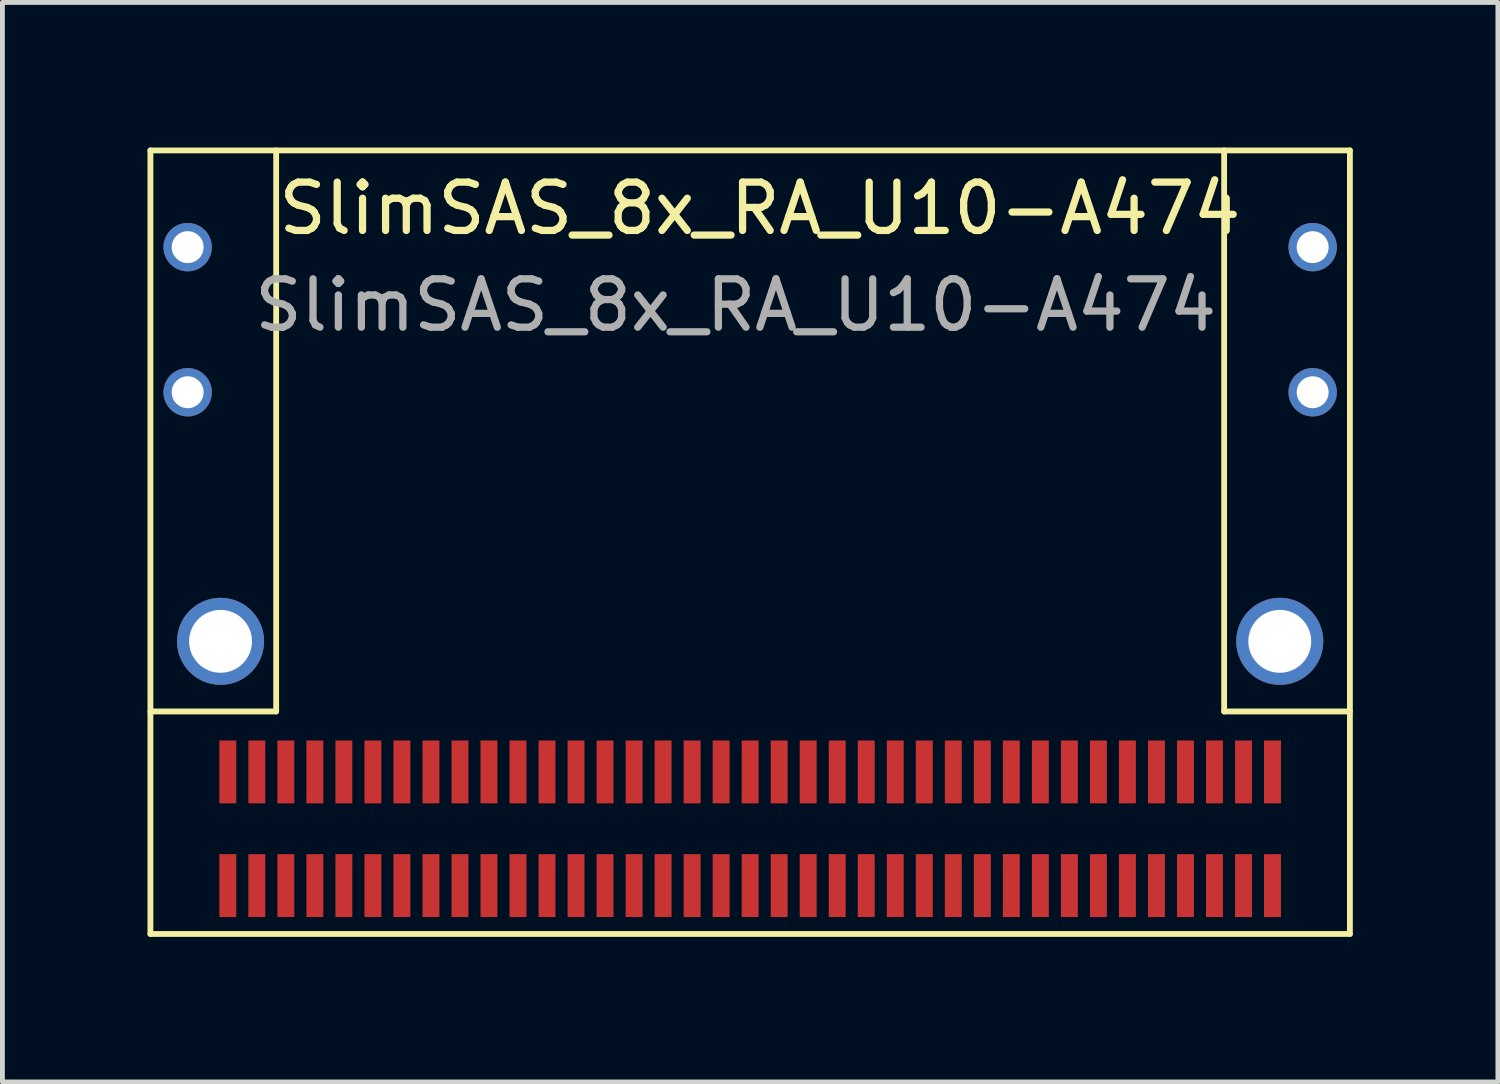
<source format=kicad_pcb>
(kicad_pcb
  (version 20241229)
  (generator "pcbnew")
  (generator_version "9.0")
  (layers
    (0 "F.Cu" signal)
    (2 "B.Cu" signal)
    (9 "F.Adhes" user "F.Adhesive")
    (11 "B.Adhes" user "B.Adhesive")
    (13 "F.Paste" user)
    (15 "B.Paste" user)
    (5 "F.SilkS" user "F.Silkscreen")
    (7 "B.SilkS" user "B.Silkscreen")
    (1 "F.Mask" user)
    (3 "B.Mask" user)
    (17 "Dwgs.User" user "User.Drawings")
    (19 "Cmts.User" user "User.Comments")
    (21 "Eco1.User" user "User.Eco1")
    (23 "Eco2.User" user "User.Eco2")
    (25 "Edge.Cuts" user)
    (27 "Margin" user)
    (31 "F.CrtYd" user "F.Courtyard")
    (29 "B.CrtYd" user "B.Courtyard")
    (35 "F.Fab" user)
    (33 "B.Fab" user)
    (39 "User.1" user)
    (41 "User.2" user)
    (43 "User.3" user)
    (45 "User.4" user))
  (footprint "SlimSAS_8x_RA_U10-A474"
    (layer "F.Cu")
    (at 1.66 15.26)
    (property "Reference" "SlimSAS_8x_RA_U10-A474" (at 11 -14 0) (unlocked yes) (layer "F.SilkS") (effects (font (size 1 1) (thickness 0.15))))
    (attr smd)
    (fp_line (start -1.6 -15.2) (end -1.6 1) (stroke (width 0.12) (type solid)) (layer "F.SilkS"))
    (fp_line (start -1.6 -15.2) (end 23.2 -15.2) (stroke (width 0.12) (type solid)) (layer "F.SilkS"))
    (fp_line (start -1.6 -3.6) (end 1 -3.6) (stroke (width 0.12) (type solid)) (layer "F.SilkS"))
    (fp_line (start 1 -3.6) (end 1 -15.2) (stroke (width 0.12) (type solid)) (layer "F.SilkS"))
    (fp_line (start 20.6 -3.6) (end 20.6 -15.2) (stroke (width 0.12) (type solid)) (layer "F.SilkS"))
    (fp_line (start 20.6 -3.6) (end 23.2 -3.6) (stroke (width 0.12) (type solid)) (layer "F.SilkS"))
    (fp_line (start 23.2 -15.2) (end 23.2 1) (stroke (width 0.12) (type solid)) (layer "F.SilkS"))
    (fp_line (start 23.2 1) (end -1.6 1) (stroke (width 0.12) (type solid)) (layer "F.SilkS"))
    (fp_text user "${REFERENCE}" (at 10.5 -12 0) (unlocked yes) (layer "F.Fab") (effects (font (size 1 1) (thickness 0.15))))
    (pad "A1" smd rect (at 21.6 -2.35) (size 0.35 1.3) (layers "F.Cu" "F.Mask" "F.Paste"))
    (pad "A2" smd rect (at 21 -2.35) (size 0.35 1.3) (layers "F.Cu" "F.Mask" "F.Paste"))
    (pad "A3" smd rect (at 20.4 -2.35) (size 0.35 1.3) (layers "F.Cu" "F.Mask" "F.Paste"))
    (pad "A4" smd rect (at 19.8 -2.35) (size 0.35 1.3) (layers "F.Cu" "F.Mask" "F.Paste"))
    (pad "A5" smd rect (at 19.2 -2.35) (size 0.35 1.3) (layers "F.Cu" "F.Mask" "F.Paste"))
    (pad "A6" smd rect (at 18.6 -2.35) (size 0.35 1.3) (layers "F.Cu" "F.Mask" "F.Paste"))
    (pad "A7" smd rect (at 18 -2.35) (size 0.35 1.3) (layers "F.Cu" "F.Mask" "F.Paste"))
    (pad "A8" smd rect (at 17.4 -2.35) (size 0.35 1.3) (layers "F.Cu" "F.Mask" "F.Paste"))
    (pad "A9" smd rect (at 16.8 -2.35) (size 0.35 1.3) (layers "F.Cu" "F.Mask" "F.Paste"))
    (pad "A10" smd rect (at 16.2 -2.35) (size 0.35 1.3) (layers "F.Cu" "F.Mask" "F.Paste"))
    (pad "A11" smd rect (at 15.6 -2.35) (size 0.35 1.3) (layers "F.Cu" "F.Mask" "F.Paste"))
    (pad "A12" smd rect (at 15 -2.35) (size 0.35 1.3) (layers "F.Cu" "F.Mask" "F.Paste"))
    (pad "A13" smd rect (at 14.4 -2.35) (size 0.35 1.3) (layers "F.Cu" "F.Mask" "F.Paste"))
    (pad "A14" smd rect (at 13.8 -2.35) (size 0.35 1.3) (layers "F.Cu" "F.Mask" "F.Paste"))
    (pad "A15" smd rect (at 13.2 -2.35) (size 0.35 1.3) (layers "F.Cu" "F.Mask" "F.Paste"))
    (pad "A16" smd rect (at 12.6 -2.35) (size 0.35 1.3) (layers "F.Cu" "F.Mask" "F.Paste"))
    (pad "A17" smd rect (at 12 -2.35) (size 0.35 1.3) (layers "F.Cu" "F.Mask" "F.Paste"))
    (pad "A18" smd rect (at 11.4 -2.35) (size 0.35 1.3) (layers "F.Cu" "F.Mask" "F.Paste"))
    (pad "A19" smd rect (at 10.8 -2.35) (size 0.35 1.3) (layers "F.Cu" "F.Mask" "F.Paste"))
    (pad "A20" smd rect (at 10.2 -2.35) (size 0.35 1.3) (layers "F.Cu" "F.Mask" "F.Paste"))
    (pad "A21" smd rect (at 9.6 -2.35) (size 0.35 1.3) (layers "F.Cu" "F.Mask" "F.Paste"))
    (pad "A22" smd rect (at 9 -2.35) (size 0.35 1.3) (layers "F.Cu" "F.Mask" "F.Paste"))
    (pad "A23" smd rect (at 8.4 -2.35) (size 0.35 1.3) (layers "F.Cu" "F.Mask" "F.Paste"))
    (pad "A24" smd rect (at 7.8 -2.35) (size 0.35 1.3) (layers "F.Cu" "F.Mask" "F.Paste"))
    (pad "A25" smd rect (at 7.2 -2.35) (size 0.35 1.3) (layers "F.Cu" "F.Mask" "F.Paste"))
    (pad "A26" smd rect (at 6.6 -2.35) (size 0.35 1.3) (layers "F.Cu" "F.Mask" "F.Paste"))
    (pad "A27" smd rect (at 6 -2.35) (size 0.35 1.3) (layers "F.Cu" "F.Mask" "F.Paste"))
    (pad "A28" smd rect (at 5.4 -2.35) (size 0.35 1.3) (layers "F.Cu" "F.Mask" "F.Paste"))
    (pad "A29" smd rect (at 4.8 -2.35) (size 0.35 1.3) (layers "F.Cu" "F.Mask" "F.Paste"))
    (pad "A30" smd rect (at 4.2 -2.35) (size 0.35 1.3) (layers "F.Cu" "F.Mask" "F.Paste"))
    (pad "A31" smd rect (at 3.6 -2.35) (size 0.35 1.3) (layers "F.Cu" "F.Mask" "F.Paste"))
    (pad "A32" smd rect (at 3 -2.35) (size 0.35 1.3) (layers "F.Cu" "F.Mask" "F.Paste"))
    (pad "A33" smd rect (at 2.4 -2.35) (size 0.35 1.3) (layers "F.Cu" "F.Mask" "F.Paste"))
    (pad "A34" smd rect (at 1.8 -2.35) (size 0.35 1.3) (layers "F.Cu" "F.Mask" "F.Paste"))
    (pad "A35" smd rect (at 1.2 -2.35) (size 0.35 1.3) (layers "F.Cu" "F.Mask" "F.Paste"))
    (pad "A36" smd rect (at 0.6 -2.35) (size 0.35 1.3) (layers "F.Cu" "F.Mask" "F.Paste"))
    (pad "A37" smd rect (at 0 -2.35) (size 0.35 1.3) (layers "F.Cu" "F.Mask" "F.Paste"))
    (pad "B1" smd rect (at 21.6 0) (size 0.35 1.3) (layers "F.Cu" "F.Mask" "F.Paste"))
    (pad "B2" smd rect (at 21 0) (size 0.35 1.3) (layers "F.Cu" "F.Mask" "F.Paste"))
    (pad "B3" smd rect (at 20.4 0) (size 0.35 1.3) (layers "F.Cu" "F.Mask" "F.Paste"))
    (pad "B4" smd rect (at 19.8 0) (size 0.35 1.3) (layers "F.Cu" "F.Mask" "F.Paste"))
    (pad "B5" smd rect (at 19.2 0) (size 0.35 1.3) (layers "F.Cu" "F.Mask" "F.Paste"))
    (pad "B6" smd rect (at 18.6 0) (size 0.35 1.3) (layers "F.Cu" "F.Mask" "F.Paste"))
    (pad "B7" smd rect (at 18 0) (size 0.35 1.3) (layers "F.Cu" "F.Mask" "F.Paste"))
    (pad "B8" smd rect (at 17.4 0) (size 0.35 1.3) (layers "F.Cu" "F.Mask" "F.Paste"))
    (pad "B9" smd rect (at 16.8 0) (size 0.35 1.3) (layers "F.Cu" "F.Mask" "F.Paste"))
    (pad "B10" smd rect (at 16.2 0) (size 0.35 1.3) (layers "F.Cu" "F.Mask" "F.Paste"))
    (pad "B11" smd rect (at 15.6 0) (size 0.35 1.3) (layers "F.Cu" "F.Mask" "F.Paste"))
    (pad "B12" smd rect (at 15 0) (size 0.35 1.3) (layers "F.Cu" "F.Mask" "F.Paste"))
    (pad "B13" smd rect (at 14.4 0) (size 0.35 1.3) (layers "F.Cu" "F.Mask" "F.Paste"))
    (pad "B14" smd rect (at 13.8 0) (size 0.35 1.3) (layers "F.Cu" "F.Mask" "F.Paste"))
    (pad "B15" smd rect (at 13.2 0) (size 0.35 1.3) (layers "F.Cu" "F.Mask" "F.Paste"))
    (pad "B16" smd rect (at 12.6 0) (size 0.35 1.3) (layers "F.Cu" "F.Mask" "F.Paste"))
    (pad "B17" smd rect (at 12 0) (size 0.35 1.3) (layers "F.Cu" "F.Mask" "F.Paste"))
    (pad "B18" smd rect (at 11.4 0) (size 0.35 1.3) (layers "F.Cu" "F.Mask" "F.Paste"))
    (pad "B19" smd rect (at 10.8 0) (size 0.35 1.3) (layers "F.Cu" "F.Mask" "F.Paste"))
    (pad "B20" smd rect (at 10.2 0) (size 0.35 1.3) (layers "F.Cu" "F.Mask" "F.Paste"))
    (pad "B21" smd rect (at 9.6 0) (size 0.35 1.3) (layers "F.Cu" "F.Mask" "F.Paste"))
    (pad "B22" smd rect (at 9 0) (size 0.35 1.3) (layers "F.Cu" "F.Mask" "F.Paste"))
    (pad "B23" smd rect (at 8.4 0) (size 0.35 1.3) (layers "F.Cu" "F.Mask" "F.Paste"))
    (pad "B24" smd rect (at 7.8 0) (size 0.35 1.3) (layers "F.Cu" "F.Mask" "F.Paste"))
    (pad "B25" smd rect (at 7.2 0) (size 0.35 1.3) (layers "F.Cu" "F.Mask" "F.Paste"))
    (pad "B26" smd rect (at 6.6 0) (size 0.35 1.3) (layers "F.Cu" "F.Mask" "F.Paste"))
    (pad "B27" smd rect (at 6 0) (size 0.35 1.3) (layers "F.Cu" "F.Mask" "F.Paste"))
    (pad "B28" smd rect (at 5.4 0) (size 0.35 1.3) (layers "F.Cu" "F.Mask" "F.Paste"))
    (pad "B29" smd rect (at 4.8 0) (size 0.35 1.3) (layers "F.Cu" "F.Mask" "F.Paste"))
    (pad "B30" smd rect (at 4.2 0) (size 0.35 1.3) (layers "F.Cu" "F.Mask" "F.Paste"))
    (pad "B31" smd rect (at 3.6 0) (size 0.35 1.3) (layers "F.Cu" "F.Mask" "F.Paste"))
    (pad "B32" smd rect (at 3 0) (size 0.35 1.3) (layers "F.Cu" "F.Mask" "F.Paste"))
    (pad "B33" smd rect (at 2.4 0) (size 0.35 1.3) (layers "F.Cu" "F.Mask" "F.Paste"))
    (pad "B34" smd rect (at 1.8 0) (size 0.35 1.3) (layers "F.Cu" "F.Mask" "F.Paste"))
    (pad "B35" smd rect (at 1.2 0) (size 0.35 1.3) (layers "F.Cu" "F.Mask" "F.Paste"))
    (pad "B36" smd rect (at 0.6 0) (size 0.35 1.3) (layers "F.Cu" "F.Mask" "F.Paste"))
    (pad "B37" smd rect (at 0 0) (size 0.35 1.3) (layers "F.Cu" "F.Mask" "F.Paste"))
    (pad "MP" thru_hole circle (at -0.83 -13.2) (size 1 1) (drill 0.66) (layers "*.Cu" "*.Mask"))
    (pad "MP" thru_hole circle (at -0.83 -10.2) (size 1 1) (drill 0.66) (layers "*.Cu" "*.Mask"))
    (pad "MP" thru_hole circle (at -0.15 -5.05) (size 1.8 1.8) (drill 1.3) (layers "*.Cu" "*.Mask"))
    (pad "MP" thru_hole circle (at 21.75 -5.05) (size 1.8 1.8) (drill 1.3) (layers "*.Cu" "*.Mask"))
    (pad "MP" thru_hole circle (at 22.43 -13.2) (size 1 1) (drill 0.66) (layers "*.Cu" "*.Mask"))
    (pad "MP" thru_hole circle (at 22.43 -10.2) (size 1 1) (drill 0.66) (layers "*.Cu" "*.Mask")))
  (gr_rect
    (start -3 -3)
    (end 27.92 19.32)
    (stroke (width 0.1) (type default))
    (fill no)
    (layer "Edge.Cuts")))
</source>
